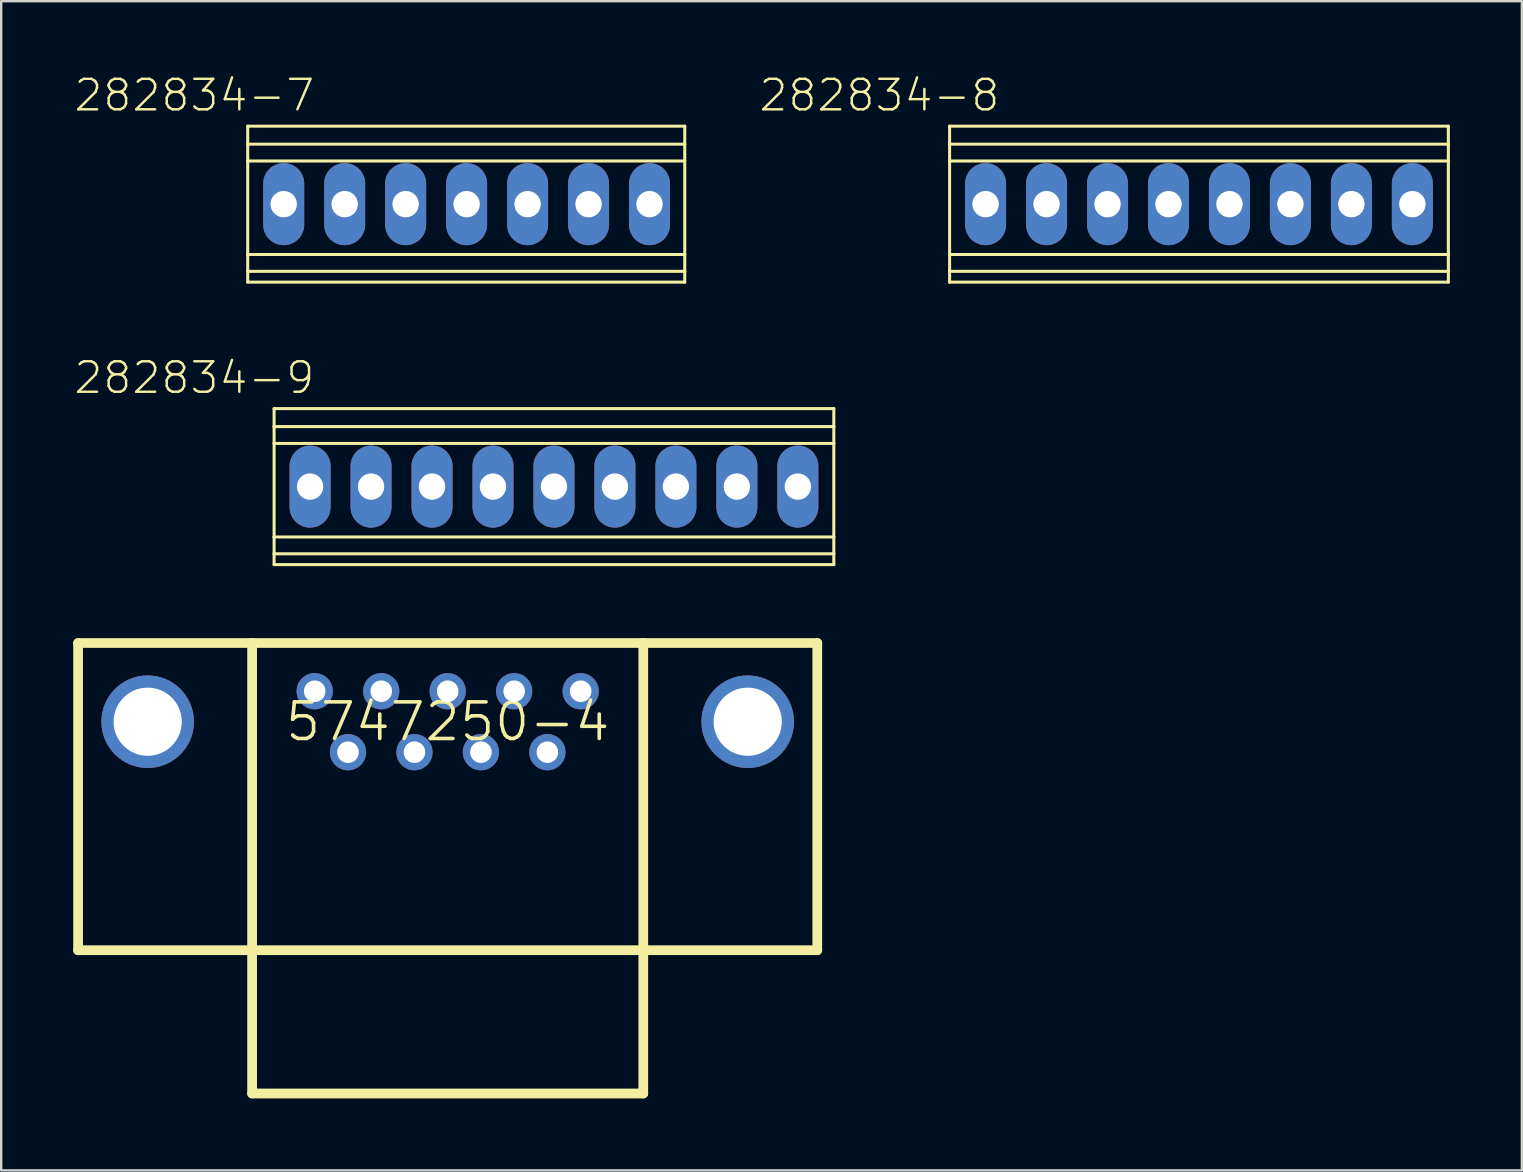
<source format=kicad_pcb>
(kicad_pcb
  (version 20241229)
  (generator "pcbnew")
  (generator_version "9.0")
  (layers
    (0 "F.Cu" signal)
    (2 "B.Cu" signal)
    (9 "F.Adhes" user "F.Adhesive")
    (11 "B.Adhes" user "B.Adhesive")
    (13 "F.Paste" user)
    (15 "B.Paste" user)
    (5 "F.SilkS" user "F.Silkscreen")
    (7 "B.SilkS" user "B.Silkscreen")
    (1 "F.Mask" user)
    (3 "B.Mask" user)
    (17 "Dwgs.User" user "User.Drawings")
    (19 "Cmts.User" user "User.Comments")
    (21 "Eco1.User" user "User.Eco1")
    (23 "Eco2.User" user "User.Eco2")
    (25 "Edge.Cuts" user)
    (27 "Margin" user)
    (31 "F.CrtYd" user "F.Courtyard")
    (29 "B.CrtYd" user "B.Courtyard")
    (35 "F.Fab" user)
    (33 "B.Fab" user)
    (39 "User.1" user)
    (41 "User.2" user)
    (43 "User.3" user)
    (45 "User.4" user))
  (footprint "5747250-4"
    (layer "F.Cu")
    (at 15.601 27.017)
    (property "Reference" "5747250-4" (at 0 0 0) (layer "F.SilkS") (effects (font (size 1.524 1.524) (thickness 0.15))))
    (attr exclude_from_pos_files exclude_from_bom)
    (fp_line (start -15.397 -3.279) (end -8.148 -3.279) (stroke (width 0.406) (type solid)) (layer "F.SilkS"))
    (fp_line (start -15.397 9.52) (end -15.397 -3.279) (stroke (width 0.406) (type solid)) (layer "F.SilkS"))
    (fp_line (start -8.148 -3.279) (end 8.148 -3.279) (stroke (width 0.406) (type solid)) (layer "F.SilkS"))
    (fp_line (start -8.148 9.52) (end -15.397 9.52) (stroke (width 0.406) (type solid)) (layer "F.SilkS"))
    (fp_line (start -8.148 9.52) (end -8.148 -3.279) (stroke (width 0.406) (type solid)) (layer "F.SilkS"))
    (fp_line (start -8.148 9.52) (end -8.148 15.489) (stroke (width 0.406) (type solid)) (layer "F.SilkS"))
    (fp_line (start -8.148 15.489) (end 8.148 15.489) (stroke (width 0.406) (type solid)) (layer "F.SilkS"))
    (fp_line (start 8.148 -3.279) (end 8.148 9.52) (stroke (width 0.406) (type solid)) (layer "F.SilkS"))
    (fp_line (start 8.148 -3.279) (end 15.397 -3.279) (stroke (width 0.406) (type solid)) (layer "F.SilkS"))
    (fp_line (start 8.148 9.52) (end -8.148 9.52) (stroke (width 0.406) (type solid)) (layer "F.SilkS"))
    (fp_line (start 8.148 15.489) (end 8.148 9.52) (stroke (width 0.406) (type solid)) (layer "F.SilkS"))
    (fp_line (start 15.397 -3.279) (end 15.397 9.52) (stroke (width 0.406) (type solid)) (layer "F.SilkS"))
    (fp_line (start 15.397 9.52) (end 8.148 9.52) (stroke (width 0.406) (type solid)) (layer "F.SilkS"))
    (pad "P$1" thru_hole circle (at -5.54 -1.27) (size 1.509 1.509) (drill 0.899) (layers "*.Cu" "*.Paste" "*.Mask"))
    (pad "P$2" thru_hole circle (at -2.769 -1.27) (size 1.509 1.509) (drill 0.899) (layers "*.Cu" "*.Paste" "*.Mask"))
    (pad "P$3" thru_hole circle (at 0 -1.27) (size 1.509 1.509) (drill 0.899) (layers "*.Cu" "*.Paste" "*.Mask"))
    (pad "P$4" thru_hole circle (at 2.769 -1.27) (size 1.509 1.509) (drill 0.899) (layers "*.Cu" "*.Paste" "*.Mask"))
    (pad "P$5" thru_hole circle (at 5.54 -1.27) (size 1.509 1.509) (drill 0.899) (layers "*.Cu" "*.Paste" "*.Mask"))
    (pad "P$6" thru_hole circle (at -4.153 1.27) (size 1.509 1.509) (drill 0.899) (layers "*.Cu" "*.Paste" "*.Mask"))
    (pad "P$7" thru_hole circle (at -1.384 1.27) (size 1.509 1.509) (drill 0.899) (layers "*.Cu" "*.Paste" "*.Mask"))
    (pad "P$8" thru_hole circle (at 1.384 1.27) (size 1.509 1.509) (drill 0.899) (layers "*.Cu" "*.Paste" "*.Mask"))
    (pad "P$9" thru_hole circle (at 4.153 1.27) (size 1.509 1.509) (drill 0.899) (layers "*.Cu" "*.Paste" "*.Mask"))
    (pad "P$10" thru_hole circle (at -12.499 0) (size 3.856 3.856) (drill 2.84) (layers "*.Cu" "*.Paste" "*.Mask"))
    (pad "P$11" thru_hole circle (at 12.499 0) (size 3.856 3.856) (drill 2.84) (layers "*.Cu" "*.Paste" "*.Mask")))
  (footprint "282834-8"
    (layer "F.Cu")
    (at 38.01 5.455)
    (property "Reference" "282834-8" (at -4.425 -4.534 0) (layer "F.SilkS") (effects (font (size 1.27 1.27) (thickness 0.102))))
    (attr exclude_from_pos_files exclude_from_bom)
    (fp_line (start -1.499 -3.249) (end -1.499 -2.499) (stroke (width 0.127) (type solid)) (layer "F.SilkS"))
    (fp_line (start -1.499 -3.249) (end 19.279 -3.249) (stroke (width 0.127) (type solid)) (layer "F.SilkS"))
    (fp_line (start -1.499 -2.499) (end -1.499 -1.798) (stroke (width 0.127) (type solid)) (layer "F.SilkS"))
    (fp_line (start -1.499 -2.499) (end 19.279 -2.499) (stroke (width 0.127) (type solid)) (layer "F.SilkS"))
    (fp_line (start -1.499 -1.798) (end -1.499 2.098) (stroke (width 0.127) (type solid)) (layer "F.SilkS"))
    (fp_line (start -1.499 -1.798) (end 19.279 -1.798) (stroke (width 0.127) (type solid)) (layer "F.SilkS"))
    (fp_line (start -1.499 2.098) (end -1.499 2.799) (stroke (width 0.127) (type solid)) (layer "F.SilkS"))
    (fp_line (start -1.499 2.098) (end 19.279 2.098) (stroke (width 0.127) (type solid)) (layer "F.SilkS"))
    (fp_line (start -1.499 2.799) (end -1.499 3.249) (stroke (width 0.127) (type solid)) (layer "F.SilkS"))
    (fp_line (start -1.499 2.799) (end 19.279 2.799) (stroke (width 0.127) (type solid)) (layer "F.SilkS"))
    (fp_line (start -1.499 3.249) (end 19.279 3.249) (stroke (width 0.127) (type solid)) (layer "F.SilkS"))
    (fp_line (start 19.279 -3.249) (end 19.279 -2.499) (stroke (width 0.127) (type solid)) (layer "F.SilkS"))
    (fp_line (start 19.279 -2.499) (end 19.279 -1.798) (stroke (width 0.127) (type solid)) (layer "F.SilkS"))
    (fp_line (start 19.279 -1.798) (end 19.279 2.098) (stroke (width 0.127) (type solid)) (layer "F.SilkS"))
    (fp_line (start 19.279 2.098) (end 19.279 2.799) (stroke (width 0.127) (type solid)) (layer "F.SilkS"))
    (fp_line (start 19.279 2.799) (end 19.279 3.249) (stroke (width 0.127) (type solid)) (layer "F.SilkS"))
    (pad "P$1" thru_hole oval (at 0 0 180) (size 1.709 3.419) (drill 1.1) (layers "*.Cu" "*.Paste" "*.Mask"))
    (pad "P$2" thru_hole oval (at 2.54 0 180) (size 1.709 3.419) (drill 1.1) (layers "*.Cu" "*.Paste" "*.Mask"))
    (pad "P$3" thru_hole oval (at 5.08 0 180) (size 1.709 3.419) (drill 1.1) (layers "*.Cu" "*.Paste" "*.Mask"))
    (pad "P$4" thru_hole oval (at 7.62 0 180) (size 1.709 3.419) (drill 1.1) (layers "*.Cu" "*.Paste" "*.Mask"))
    (pad "P$5" thru_hole oval (at 10.16 0 180) (size 1.709 3.419) (drill 1.1) (layers "*.Cu" "*.Paste" "*.Mask"))
    (pad "P$6" thru_hole oval (at 12.7 0 180) (size 1.709 3.419) (drill 1.1) (layers "*.Cu" "*.Paste" "*.Mask"))
    (pad "P$7" thru_hole oval (at 15.24 0 180) (size 1.709 3.419) (drill 1.1) (layers "*.Cu" "*.Paste" "*.Mask"))
    (pad "P$8" thru_hole oval (at 17.78 0 180) (size 1.709 3.419) (drill 1.1) (layers "*.Cu" "*.Paste" "*.Mask")))
  (footprint "282834-7"
    (layer "F.Cu")
    (at 8.769 5.455)
    (property "Reference" "282834-7" (at -3.724 -4.534 0) (layer "F.SilkS") (effects (font (size 1.27 1.27) (thickness 0.102))))
    (attr exclude_from_pos_files exclude_from_bom)
    (fp_line (start -1.499 -3.249) (end -1.499 -2.499) (stroke (width 0.127) (type solid)) (layer "F.SilkS"))
    (fp_line (start -1.499 -3.249) (end 16.708 -3.249) (stroke (width 0.127) (type solid)) (layer "F.SilkS"))
    (fp_line (start -1.499 -2.499) (end -1.499 -1.798) (stroke (width 0.127) (type solid)) (layer "F.SilkS"))
    (fp_line (start -1.499 -2.499) (end 16.708 -2.499) (stroke (width 0.127) (type solid)) (layer "F.SilkS"))
    (fp_line (start -1.499 -1.798) (end -1.499 2.098) (stroke (width 0.127) (type solid)) (layer "F.SilkS"))
    (fp_line (start -1.499 -1.798) (end 16.708 -1.798) (stroke (width 0.127) (type solid)) (layer "F.SilkS"))
    (fp_line (start -1.499 2.098) (end -1.499 2.799) (stroke (width 0.127) (type solid)) (layer "F.SilkS"))
    (fp_line (start -1.499 2.098) (end 16.708 2.098) (stroke (width 0.127) (type solid)) (layer "F.SilkS"))
    (fp_line (start -1.499 2.799) (end -1.499 3.249) (stroke (width 0.127) (type solid)) (layer "F.SilkS"))
    (fp_line (start -1.499 2.799) (end 16.708 2.799) (stroke (width 0.127) (type solid)) (layer "F.SilkS"))
    (fp_line (start -1.499 3.249) (end 16.708 3.249) (stroke (width 0.127) (type solid)) (layer "F.SilkS"))
    (fp_line (start 16.708 -3.249) (end 16.708 -2.499) (stroke (width 0.127) (type solid)) (layer "F.SilkS"))
    (fp_line (start 16.708 -2.499) (end 16.708 -1.798) (stroke (width 0.127) (type solid)) (layer "F.SilkS"))
    (fp_line (start 16.708 -1.798) (end 16.708 2.098) (stroke (width 0.127) (type solid)) (layer "F.SilkS"))
    (fp_line (start 16.708 2.098) (end 16.708 2.799) (stroke (width 0.127) (type solid)) (layer "F.SilkS"))
    (fp_line (start 16.708 2.799) (end 16.708 3.249) (stroke (width 0.127) (type solid)) (layer "F.SilkS"))
    (pad "P$1" thru_hole oval (at 0 0 180) (size 1.709 3.419) (drill 1.1) (layers "*.Cu" "*.Paste" "*.Mask"))
    (pad "P$2" thru_hole oval (at 2.54 0 180) (size 1.709 3.419) (drill 1.1) (layers "*.Cu" "*.Paste" "*.Mask"))
    (pad "P$3" thru_hole oval (at 5.08 0 180) (size 1.709 3.419) (drill 1.1) (layers "*.Cu" "*.Paste" "*.Mask"))
    (pad "P$4" thru_hole oval (at 7.62 0 180) (size 1.709 3.419) (drill 1.1) (layers "*.Cu" "*.Paste" "*.Mask"))
    (pad "P$5" thru_hole oval (at 10.16 0 180) (size 1.709 3.419) (drill 1.1) (layers "*.Cu" "*.Paste" "*.Mask"))
    (pad "P$6" thru_hole oval (at 12.7 0 180) (size 1.709 3.419) (drill 1.1) (layers "*.Cu" "*.Paste" "*.Mask"))
    (pad "P$7" thru_hole oval (at 15.24 0 180) (size 1.709 3.419) (drill 1.1) (layers "*.Cu" "*.Paste" "*.Mask")))
  (footprint "282834-9"
    (layer "F.Cu")
    (at 9.868 17.222)
    (property "Reference" "282834-9" (at -4.823 -4.534 0) (layer "F.SilkS") (effects (font (size 1.27 1.27) (thickness 0.102))))
    (attr exclude_from_pos_files exclude_from_bom)
    (fp_line (start -1.499 -3.249) (end -1.499 -2.499) (stroke (width 0.127) (type solid)) (layer "F.SilkS"))
    (fp_line (start -1.499 -3.249) (end 21.819 -3.249) (stroke (width 0.127) (type solid)) (layer "F.SilkS"))
    (fp_line (start -1.499 -2.499) (end -1.499 -1.798) (stroke (width 0.127) (type solid)) (layer "F.SilkS"))
    (fp_line (start -1.499 -2.499) (end 21.819 -2.499) (stroke (width 0.127) (type solid)) (layer "F.SilkS"))
    (fp_line (start -1.499 -1.798) (end -1.499 2.098) (stroke (width 0.127) (type solid)) (layer "F.SilkS"))
    (fp_line (start -1.499 -1.798) (end 21.819 -1.798) (stroke (width 0.127) (type solid)) (layer "F.SilkS"))
    (fp_line (start -1.499 2.098) (end -1.499 2.799) (stroke (width 0.127) (type solid)) (layer "F.SilkS"))
    (fp_line (start -1.499 2.098) (end 21.819 2.098) (stroke (width 0.127) (type solid)) (layer "F.SilkS"))
    (fp_line (start -1.499 2.799) (end -1.499 3.249) (stroke (width 0.127) (type solid)) (layer "F.SilkS"))
    (fp_line (start -1.499 2.799) (end 21.819 2.799) (stroke (width 0.127) (type solid)) (layer "F.SilkS"))
    (fp_line (start -1.499 3.249) (end 21.819 3.249) (stroke (width 0.127) (type solid)) (layer "F.SilkS"))
    (fp_line (start 21.819 -3.249) (end 21.819 -2.499) (stroke (width 0.127) (type solid)) (layer "F.SilkS"))
    (fp_line (start 21.819 -2.499) (end 21.819 -1.798) (stroke (width 0.127) (type solid)) (layer "F.SilkS"))
    (fp_line (start 21.819 -1.798) (end 21.819 2.098) (stroke (width 0.127) (type solid)) (layer "F.SilkS"))
    (fp_line (start 21.819 2.098) (end 21.819 2.799) (stroke (width 0.127) (type solid)) (layer "F.SilkS"))
    (fp_line (start 21.819 2.799) (end 21.819 3.249) (stroke (width 0.127) (type solid)) (layer "F.SilkS"))
    (pad "P$1" thru_hole oval (at 0 0 180) (size 1.709 3.419) (drill 1.1) (layers "*.Cu" "*.Paste" "*.Mask"))
    (pad "P$2" thru_hole oval (at 2.54 0 180) (size 1.709 3.419) (drill 1.1) (layers "*.Cu" "*.Paste" "*.Mask"))
    (pad "P$3" thru_hole oval (at 5.08 0 180) (size 1.709 3.419) (drill 1.1) (layers "*.Cu" "*.Paste" "*.Mask"))
    (pad "P$4" thru_hole oval (at 7.62 0 180) (size 1.709 3.419) (drill 1.1) (layers "*.Cu" "*.Paste" "*.Mask"))
    (pad "P$5" thru_hole oval (at 10.16 0 180) (size 1.709 3.419) (drill 1.1) (layers "*.Cu" "*.Paste" "*.Mask"))
    (pad "P$6" thru_hole oval (at 12.7 0 180) (size 1.709 3.419) (drill 1.1) (layers "*.Cu" "*.Paste" "*.Mask"))
    (pad "P$7" thru_hole oval (at 15.24 0 180) (size 1.709 3.419) (drill 1.1) (layers "*.Cu" "*.Paste" "*.Mask"))
    (pad "P$8" thru_hole oval (at 17.78 0 180) (size 1.709 3.419) (drill 1.1) (layers "*.Cu" "*.Paste" "*.Mask"))
    (pad "P$9" thru_hole oval (at 20.32 0 180) (size 1.709 3.419) (drill 1.1) (layers "*.Cu" "*.Paste" "*.Mask")))
  (gr_rect
    (start -3 -3)
    (end 60.352 45.709)
    (stroke (width 0.1) (type default))
    (fill no)
    (layer "Edge.Cuts")))
</source>
